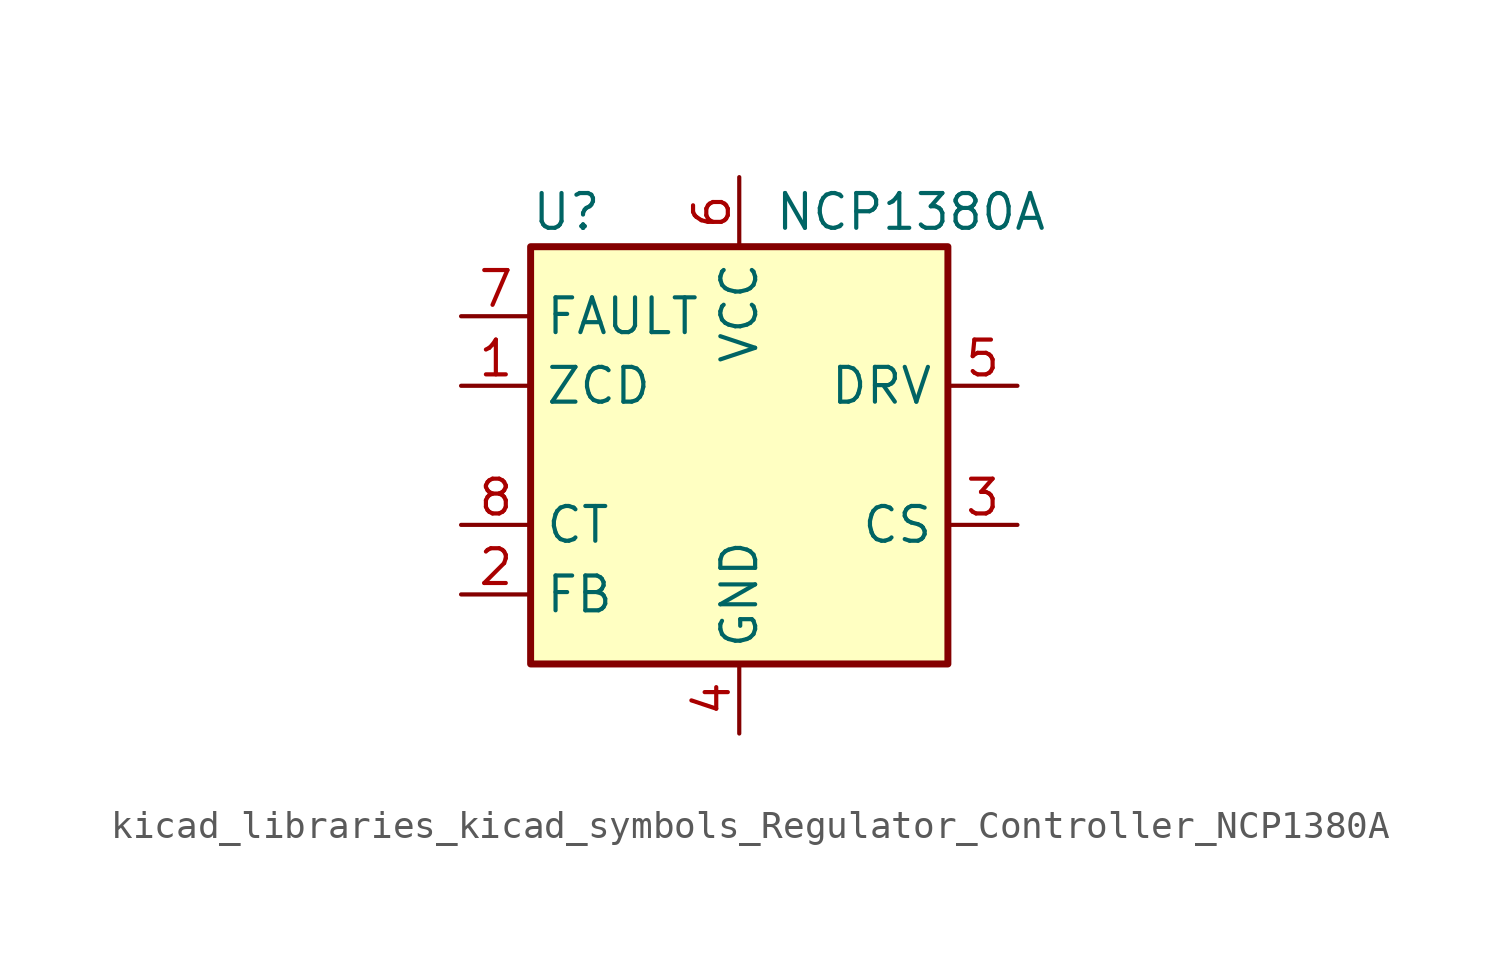
<source format=kicad_sym>
(kicad_symbol_lib
  (version 20220914)
  (generator kicad_symbol_editor)
  (symbol "kicad_libraries_kicad_symbols_Regulator_Controller_NCP1380A"
    (property "Reference" "U"
      (at -7.62 8.89 0)
      (effects (font (size 1.27 1.27)) (justify left)))
    (property "Value" "NCP1380A"
      (at 1.27 8.89 0)
      (effects (font (size 1.27 1.27)) (justify left)))
    (symbol "kicad_libraries_kicad_symbols_Regulator_Controller_NCP1380A_0_0"
      (rectangle (start -7.62 7.62) (end 7.62 -7.62) (stroke (width 0.254) (type default)) (fill (type background))))
    (symbol "kicad_libraries_kicad_symbols_Regulator_Controller_NCP1380A_1_1"
      (pin input line (at -10.16 2.54 0) (length 2.54) (name "ZCD" (effects (font (size 1.27 1.27)))) (number "1" (effects (font (size 1.27 1.27)))))
      (pin input line (at -10.16 -5.08 0) (length 2.54) (name "FB" (effects (font (size 1.27 1.27)))) (number "2" (effects (font (size 1.27 1.27)))))
      (pin input line (at 10.16 -2.54 180) (length 2.54) (name "CS" (effects (font (size 1.27 1.27)))) (number "3" (effects (font (size 1.27 1.27)))))
      (pin power_in line (at 0 -10.16 90) (length 2.54) (name "GND" (effects (font (size 1.27 1.27)))) (number "4" (effects (font (size 1.27 1.27)))))
      (pin output line (at 10.16 2.54 180) (length 2.54) (name "DRV" (effects (font (size 1.27 1.27)))) (number "5" (effects (font (size 1.27 1.27)))))
      (pin power_in line (at 0 10.16 270) (length 2.54) (name "VCC" (effects (font (size 1.27 1.27)))) (number "6" (effects (font (size 1.27 1.27)))))
      (pin input line (at -10.16 5.08 0) (length 2.54) (name "FAULT" (effects (font (size 1.27 1.27)))) (number "7" (effects (font (size 1.27 1.27)))))
      (pin passive line (at -10.16 -2.54 0) (length 2.54) (name "CT" (effects (font (size 1.27 1.27)))) (number "8" (effects (font (size 1.27 1.27))))))))
</source>
